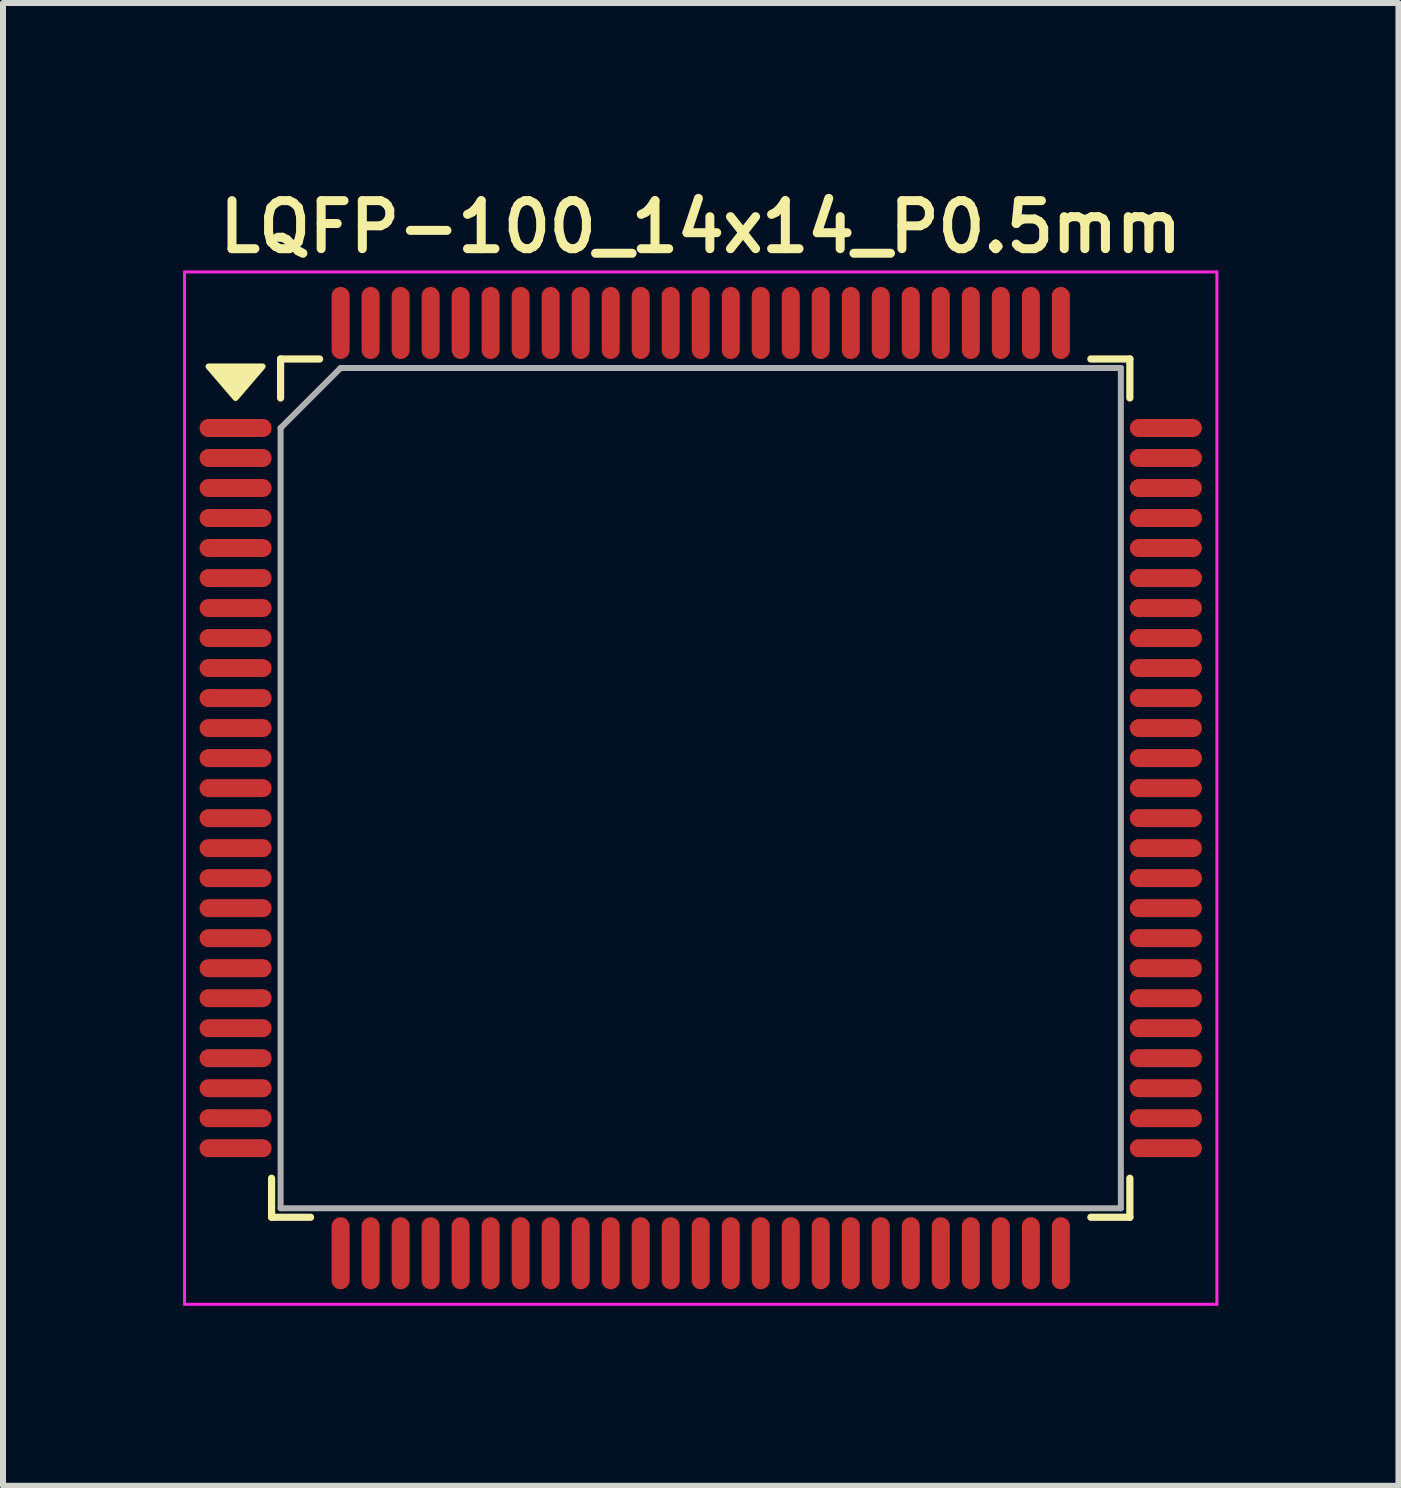
<source format=kicad_pcb>
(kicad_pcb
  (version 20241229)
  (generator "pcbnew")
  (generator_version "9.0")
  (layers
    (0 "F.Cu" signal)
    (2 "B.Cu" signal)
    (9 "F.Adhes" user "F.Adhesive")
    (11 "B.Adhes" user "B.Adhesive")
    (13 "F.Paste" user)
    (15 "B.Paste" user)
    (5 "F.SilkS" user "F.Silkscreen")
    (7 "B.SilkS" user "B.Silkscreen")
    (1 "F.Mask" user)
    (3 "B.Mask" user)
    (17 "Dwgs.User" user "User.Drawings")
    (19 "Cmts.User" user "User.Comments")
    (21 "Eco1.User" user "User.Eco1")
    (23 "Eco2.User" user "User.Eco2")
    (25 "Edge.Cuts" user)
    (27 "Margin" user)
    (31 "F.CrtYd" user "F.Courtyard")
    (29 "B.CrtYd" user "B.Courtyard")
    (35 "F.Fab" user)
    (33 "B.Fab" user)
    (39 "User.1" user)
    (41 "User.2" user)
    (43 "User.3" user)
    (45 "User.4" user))
  (footprint "LQFP-100_14x14_P0.5mm"
    (layer "F.Cu")
    (at 8.625 10.081)
    (property "Reference" "LQFP-100_14x14_P0.5mm" (at 0 -9.35 0) (layer "F.SilkS") (effects (font (size 0.8 0.8) (thickness 0.15))))
    (attr smd)
    (fp_line (start -7.15 7.15) (end -7.15 6.5) (stroke (width 0.12) (type default)) (layer "F.SilkS"))
    (fp_line (start -7 -7.15) (end -6.35 -7.15) (stroke (width 0.12) (type default)) (layer "F.SilkS"))
    (fp_line (start -7 -6.5) (end -7 -7.15) (stroke (width 0.12) (type default)) (layer "F.SilkS"))
    (fp_line (start -6.5 7.15) (end -7.15 7.15) (stroke (width 0.12) (type default)) (layer "F.SilkS"))
    (fp_line (start 6.5 -7.15) (end 7.15 -7.15) (stroke (width 0.12) (type default)) (layer "F.SilkS"))
    (fp_line (start 6.5 7.15) (end 7.15 7.15) (stroke (width 0.12) (type default)) (layer "F.SilkS"))
    (fp_line (start 7.15 -7.15) (end 7.15 -6.5) (stroke (width 0.12) (type default)) (layer "F.SilkS"))
    (fp_line (start 7.15 7.15) (end 7.15 6.5) (stroke (width 0.12) (type default)) (layer "F.SilkS"))
    (fp_poly (pts (xy -7.75 -6.5) (xy -7.3 -7.025) (xy -8.2 -7.025)) (stroke (width 0.1) (type solid)) (fill yes) (layer "F.SilkS"))
    (fp_line (start -8.6 -8.6) (end 8.6 -8.6) (stroke (width 0.05) (type default)) (layer "F.CrtYd"))
    (fp_line (start -8.6 8.6) (end -8.6 -8.6) (stroke (width 0.05) (type default)) (layer "F.CrtYd"))
    (fp_line (start 8.6 -8.6) (end 8.6 8.6) (stroke (width 0.05) (type default)) (layer "F.CrtYd"))
    (fp_line (start 8.6 8.6) (end -8.6 8.6) (stroke (width 0.05) (type default)) (layer "F.CrtYd"))
    (fp_line (start -7 -6) (end -7 7) (stroke (width 0.1) (type default)) (layer "F.Fab"))
    (fp_line (start -7 7) (end 7 7) (stroke (width 0.1) (type default)) (layer "F.Fab"))
    (fp_line (start -6 -7) (end -7 -6) (stroke (width 0.1) (type default)) (layer "F.Fab"))
    (fp_line (start 7 -7) (end -6 -7) (stroke (width 0.1) (type default)) (layer "F.Fab"))
    (fp_line (start 7 7) (end 7 -7) (stroke (width 0.1) (type default)) (layer "F.Fab"))
    (pad "1" smd oval (at -7.75 -6 90) (size 0.3 1.2) (layers "F.Cu" "F.Mask" "F.Paste"))
    (pad "2" smd oval (at -7.75 -5.5 90) (size 0.3 1.2) (layers "F.Cu" "F.Mask" "F.Paste"))
    (pad "3" smd oval (at -7.75 -5 90) (size 0.3 1.2) (layers "F.Cu" "F.Mask" "F.Paste"))
    (pad "4" smd oval (at -7.75 -4.5 90) (size 0.3 1.2) (layers "F.Cu" "F.Mask" "F.Paste"))
    (pad "5" smd oval (at -7.75 -4 90) (size 0.3 1.2) (layers "F.Cu" "F.Mask" "F.Paste"))
    (pad "6" smd oval (at -7.75 -3.5 90) (size 0.3 1.2) (layers "F.Cu" "F.Mask" "F.Paste"))
    (pad "7" smd oval (at -7.75 -3 90) (size 0.3 1.2) (layers "F.Cu" "F.Mask" "F.Paste"))
    (pad "8" smd oval (at -7.75 -2.5 90) (size 0.3 1.2) (layers "F.Cu" "F.Mask" "F.Paste"))
    (pad "9" smd oval (at -7.75 -2 90) (size 0.3 1.2) (layers "F.Cu" "F.Mask" "F.Paste"))
    (pad "10" smd oval (at -7.75 -1.5 90) (size 0.3 1.2) (layers "F.Cu" "F.Mask" "F.Paste"))
    (pad "11" smd oval (at -7.75 -1 90) (size 0.3 1.2) (layers "F.Cu" "F.Mask" "F.Paste"))
    (pad "12" smd oval (at -7.75 -0.5 90) (size 0.3 1.2) (layers "F.Cu" "F.Mask" "F.Paste"))
    (pad "13" smd oval (at -7.75 0 90) (size 0.3 1.2) (layers "F.Cu" "F.Mask" "F.Paste"))
    (pad "14" smd oval (at -7.75 0.5 90) (size 0.3 1.2) (layers "F.Cu" "F.Mask" "F.Paste"))
    (pad "15" smd oval (at -7.75 1 90) (size 0.3 1.2) (layers "F.Cu" "F.Mask" "F.Paste"))
    (pad "16" smd oval (at -7.75 1.5 90) (size 0.3 1.2) (layers "F.Cu" "F.Mask" "F.Paste"))
    (pad "17" smd oval (at -7.75 2 90) (size 0.3 1.2) (layers "F.Cu" "F.Mask" "F.Paste"))
    (pad "18" smd oval (at -7.75 2.5 90) (size 0.3 1.2) (layers "F.Cu" "F.Mask" "F.Paste"))
    (pad "19" smd oval (at -7.75 3 90) (size 0.3 1.2) (layers "F.Cu" "F.Mask" "F.Paste"))
    (pad "20" smd oval (at -7.75 3.5 90) (size 0.3 1.2) (layers "F.Cu" "F.Mask" "F.Paste"))
    (pad "21" smd oval (at -7.75 4 90) (size 0.3 1.2) (layers "F.Cu" "F.Mask" "F.Paste"))
    (pad "22" smd oval (at -7.75 4.5 90) (size 0.3 1.2) (layers "F.Cu" "F.Mask" "F.Paste"))
    (pad "23" smd oval (at -7.75 5 90) (size 0.3 1.2) (layers "F.Cu" "F.Mask" "F.Paste"))
    (pad "24" smd oval (at -7.75 5.5 90) (size 0.3 1.2) (layers "F.Cu" "F.Mask" "F.Paste"))
    (pad "25" smd oval (at -7.75 6 90) (size 0.3 1.2) (layers "F.Cu" "F.Mask" "F.Paste"))
    (pad "26" smd oval (at -6 7.75) (size 0.3 1.2) (layers "F.Cu" "F.Mask" "F.Paste"))
    (pad "27" smd oval (at -5.5 7.75) (size 0.3 1.2) (layers "F.Cu" "F.Mask" "F.Paste"))
    (pad "28" smd oval (at -5 7.75) (size 0.3 1.2) (layers "F.Cu" "F.Mask" "F.Paste"))
    (pad "29" smd oval (at -4.5 7.75) (size 0.3 1.2) (layers "F.Cu" "F.Mask" "F.Paste"))
    (pad "30" smd oval (at -4 7.75) (size 0.3 1.2) (layers "F.Cu" "F.Mask" "F.Paste"))
    (pad "31" smd oval (at -3.5 7.75) (size 0.3 1.2) (layers "F.Cu" "F.Mask" "F.Paste"))
    (pad "32" smd oval (at -3 7.75) (size 0.3 1.2) (layers "F.Cu" "F.Mask" "F.Paste"))
    (pad "33" smd oval (at -2.5 7.75) (size 0.3 1.2) (layers "F.Cu" "F.Mask" "F.Paste"))
    (pad "34" smd oval (at -2 7.75) (size 0.3 1.2) (layers "F.Cu" "F.Mask" "F.Paste"))
    (pad "35" smd oval (at -1.5 7.75) (size 0.3 1.2) (layers "F.Cu" "F.Mask" "F.Paste"))
    (pad "36" smd oval (at -1 7.75) (size 0.3 1.2) (layers "F.Cu" "F.Mask" "F.Paste"))
    (pad "37" smd oval (at -0.5 7.75) (size 0.3 1.2) (layers "F.Cu" "F.Mask" "F.Paste"))
    (pad "38" smd oval (at 0 7.75) (size 0.3 1.2) (layers "F.Cu" "F.Mask" "F.Paste"))
    (pad "39" smd oval (at 0.5 7.75) (size 0.3 1.2) (layers "F.Cu" "F.Mask" "F.Paste"))
    (pad "40" smd oval (at 1 7.75) (size 0.3 1.2) (layers "F.Cu" "F.Mask" "F.Paste"))
    (pad "41" smd oval (at 1.5 7.75) (size 0.3 1.2) (layers "F.Cu" "F.Mask" "F.Paste"))
    (pad "42" smd oval (at 2 7.75) (size 0.3 1.2) (layers "F.Cu" "F.Mask" "F.Paste"))
    (pad "43" smd oval (at 2.5 7.75) (size 0.3 1.2) (layers "F.Cu" "F.Mask" "F.Paste"))
    (pad "44" smd oval (at 3 7.75) (size 0.3 1.2) (layers "F.Cu" "F.Mask" "F.Paste"))
    (pad "45" smd oval (at 3.5 7.75) (size 0.3 1.2) (layers "F.Cu" "F.Mask" "F.Paste"))
    (pad "46" smd oval (at 4 7.75) (size 0.3 1.2) (layers "F.Cu" "F.Mask" "F.Paste"))
    (pad "47" smd oval (at 4.5 7.75) (size 0.3 1.2) (layers "F.Cu" "F.Mask" "F.Paste"))
    (pad "48" smd oval (at 5 7.75) (size 0.3 1.2) (layers "F.Cu" "F.Mask" "F.Paste"))
    (pad "49" smd oval (at 5.5 7.75) (size 0.3 1.2) (layers "F.Cu" "F.Mask" "F.Paste"))
    (pad "50" smd oval (at 6 7.75) (size 0.3 1.2) (layers "F.Cu" "F.Mask" "F.Paste"))
    (pad "51" smd oval (at 7.75 6 90) (size 0.3 1.2) (layers "F.Cu" "F.Mask" "F.Paste"))
    (pad "52" smd oval (at 7.75 5.5 90) (size 0.3 1.2) (layers "F.Cu" "F.Mask" "F.Paste"))
    (pad "53" smd oval (at 7.75 5 90) (size 0.3 1.2) (layers "F.Cu" "F.Mask" "F.Paste"))
    (pad "54" smd oval (at 7.75 4.5 90) (size 0.3 1.2) (layers "F.Cu" "F.Mask" "F.Paste"))
    (pad "55" smd oval (at 7.75 4 90) (size 0.3 1.2) (layers "F.Cu" "F.Mask" "F.Paste"))
    (pad "56" smd oval (at 7.75 3.5 90) (size 0.3 1.2) (layers "F.Cu" "F.Mask" "F.Paste"))
    (pad "57" smd oval (at 7.75 3 90) (size 0.3 1.2) (layers "F.Cu" "F.Mask" "F.Paste"))
    (pad "58" smd oval (at 7.75 2.5 90) (size 0.3 1.2) (layers "F.Cu" "F.Mask" "F.Paste"))
    (pad "59" smd oval (at 7.75 2 90) (size 0.3 1.2) (layers "F.Cu" "F.Mask" "F.Paste"))
    (pad "60" smd oval (at 7.75 1.5 90) (size 0.3 1.2) (layers "F.Cu" "F.Mask" "F.Paste"))
    (pad "61" smd oval (at 7.75 1 90) (size 0.3 1.2) (layers "F.Cu" "F.Mask" "F.Paste"))
    (pad "62" smd oval (at 7.75 0.5 90) (size 0.3 1.2) (layers "F.Cu" "F.Mask" "F.Paste"))
    (pad "63" smd oval (at 7.75 0 90) (size 0.3 1.2) (layers "F.Cu" "F.Mask" "F.Paste"))
    (pad "64" smd oval (at 7.75 -0.5 90) (size 0.3 1.2) (layers "F.Cu" "F.Mask" "F.Paste"))
    (pad "65" smd oval (at 7.75 -1 90) (size 0.3 1.2) (layers "F.Cu" "F.Mask" "F.Paste"))
    (pad "66" smd oval (at 7.75 -1.5 90) (size 0.3 1.2) (layers "F.Cu" "F.Mask" "F.Paste"))
    (pad "67" smd oval (at 7.75 -2 90) (size 0.3 1.2) (layers "F.Cu" "F.Mask" "F.Paste"))
    (pad "68" smd oval (at 7.75 -2.5 90) (size 0.3 1.2) (layers "F.Cu" "F.Mask" "F.Paste"))
    (pad "69" smd oval (at 7.75 -3 90) (size 0.3 1.2) (layers "F.Cu" "F.Mask" "F.Paste"))
    (pad "70" smd oval (at 7.75 -3.5 90) (size 0.3 1.2) (layers "F.Cu" "F.Mask" "F.Paste"))
    (pad "71" smd oval (at 7.75 -4 90) (size 0.3 1.2) (layers "F.Cu" "F.Mask" "F.Paste"))
    (pad "72" smd oval (at 7.75 -4.5 90) (size 0.3 1.2) (layers "F.Cu" "F.Mask" "F.Paste"))
    (pad "73" smd oval (at 7.75 -5 90) (size 0.3 1.2) (layers "F.Cu" "F.Mask" "F.Paste"))
    (pad "74" smd oval (at 7.75 -5.5 90) (size 0.3 1.2) (layers "F.Cu" "F.Mask" "F.Paste"))
    (pad "75" smd oval (at 7.75 -6 90) (size 0.3 1.2) (layers "F.Cu" "F.Mask" "F.Paste"))
    (pad "76" smd oval (at 6 -7.75) (size 0.3 1.2) (layers "F.Cu" "F.Mask" "F.Paste"))
    (pad "77" smd oval (at 5.5 -7.75) (size 0.3 1.2) (layers "F.Cu" "F.Mask" "F.Paste"))
    (pad "78" smd oval (at 5 -7.75) (size 0.3 1.2) (layers "F.Cu" "F.Mask" "F.Paste"))
    (pad "79" smd oval (at 4.5 -7.75) (size 0.3 1.2) (layers "F.Cu" "F.Mask" "F.Paste"))
    (pad "80" smd oval (at 4 -7.75) (size 0.3 1.2) (layers "F.Cu" "F.Mask" "F.Paste"))
    (pad "81" smd oval (at 3.5 -7.75) (size 0.3 1.2) (layers "F.Cu" "F.Mask" "F.Paste"))
    (pad "82" smd oval (at 3 -7.75) (size 0.3 1.2) (layers "F.Cu" "F.Mask" "F.Paste"))
    (pad "83" smd oval (at 2.5 -7.75) (size 0.3 1.2) (layers "F.Cu" "F.Mask" "F.Paste"))
    (pad "84" smd oval (at 2 -7.75) (size 0.3 1.2) (layers "F.Cu" "F.Mask" "F.Paste"))
    (pad "85" smd oval (at 1.5 -7.75) (size 0.3 1.2) (layers "F.Cu" "F.Mask" "F.Paste"))
    (pad "86" smd oval (at 1 -7.75) (size 0.3 1.2) (layers "F.Cu" "F.Mask" "F.Paste"))
    (pad "87" smd oval (at 0.5 -7.75) (size 0.3 1.2) (layers "F.Cu" "F.Mask" "F.Paste"))
    (pad "88" smd oval (at 0 -7.75) (size 0.3 1.2) (layers "F.Cu" "F.Mask" "F.Paste"))
    (pad "89" smd oval (at -0.5 -7.75) (size 0.3 1.2) (layers "F.Cu" "F.Mask" "F.Paste"))
    (pad "90" smd oval (at -1 -7.75) (size 0.3 1.2) (layers "F.Cu" "F.Mask" "F.Paste"))
    (pad "91" smd oval (at -1.5 -7.75) (size 0.3 1.2) (layers "F.Cu" "F.Mask" "F.Paste"))
    (pad "92" smd oval (at -2 -7.75) (size 0.3 1.2) (layers "F.Cu" "F.Mask" "F.Paste"))
    (pad "93" smd oval (at -2.5 -7.75) (size 0.3 1.2) (layers "F.Cu" "F.Mask" "F.Paste"))
    (pad "94" smd oval (at -3 -7.75) (size 0.3 1.2) (layers "F.Cu" "F.Mask" "F.Paste"))
    (pad "95" smd oval (at -3.5 -7.75) (size 0.3 1.2) (layers "F.Cu" "F.Mask" "F.Paste"))
    (pad "96" smd oval (at -4 -7.75) (size 0.3 1.2) (layers "F.Cu" "F.Mask" "F.Paste"))
    (pad "97" smd oval (at -4.5 -7.75) (size 0.3 1.2) (layers "F.Cu" "F.Mask" "F.Paste"))
    (pad "98" smd oval (at -5 -7.75) (size 0.3 1.2) (layers "F.Cu" "F.Mask" "F.Paste"))
    (pad "99" smd oval (at -5.5 -7.75) (size 0.3 1.2) (layers "F.Cu" "F.Mask" "F.Paste"))
    (pad "100" smd oval (at -6 -7.75) (size 0.3 1.2) (layers "F.Cu" "F.Mask" "F.Paste")))
  (gr_rect
    (start -3 -3)
    (end 20.25 21.706)
    (stroke (width 0.1) (type default))
    (fill no)
    (layer "Edge.Cuts")))
</source>
